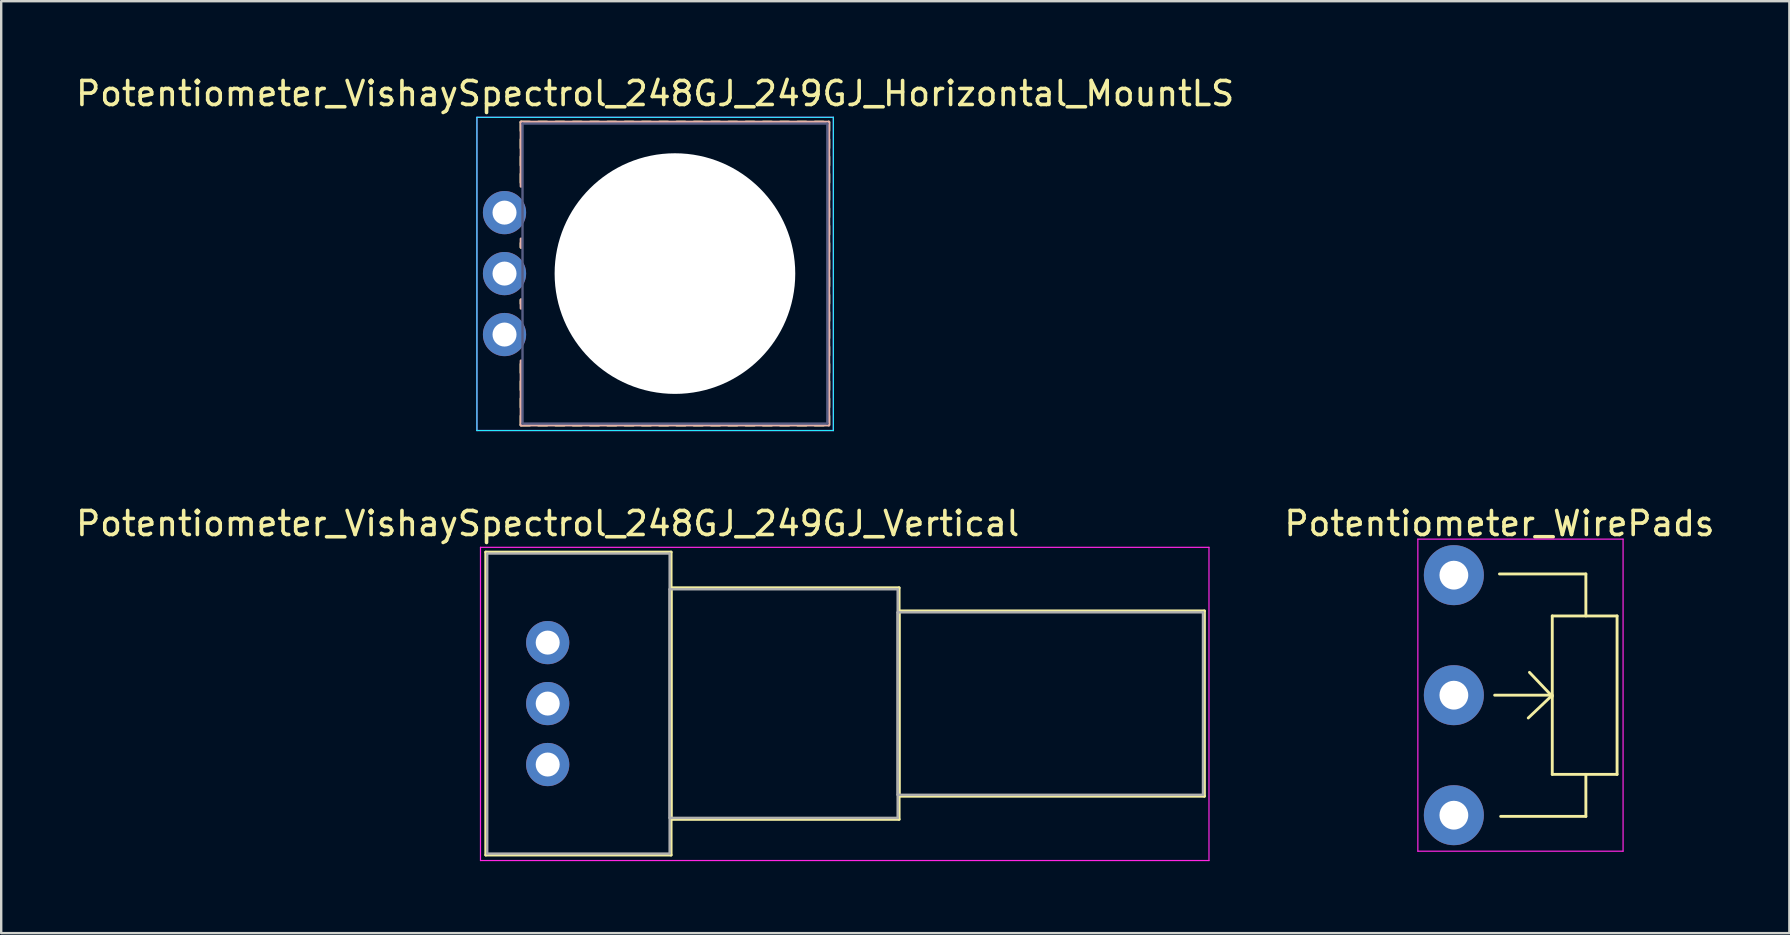
<source format=kicad_pcb>
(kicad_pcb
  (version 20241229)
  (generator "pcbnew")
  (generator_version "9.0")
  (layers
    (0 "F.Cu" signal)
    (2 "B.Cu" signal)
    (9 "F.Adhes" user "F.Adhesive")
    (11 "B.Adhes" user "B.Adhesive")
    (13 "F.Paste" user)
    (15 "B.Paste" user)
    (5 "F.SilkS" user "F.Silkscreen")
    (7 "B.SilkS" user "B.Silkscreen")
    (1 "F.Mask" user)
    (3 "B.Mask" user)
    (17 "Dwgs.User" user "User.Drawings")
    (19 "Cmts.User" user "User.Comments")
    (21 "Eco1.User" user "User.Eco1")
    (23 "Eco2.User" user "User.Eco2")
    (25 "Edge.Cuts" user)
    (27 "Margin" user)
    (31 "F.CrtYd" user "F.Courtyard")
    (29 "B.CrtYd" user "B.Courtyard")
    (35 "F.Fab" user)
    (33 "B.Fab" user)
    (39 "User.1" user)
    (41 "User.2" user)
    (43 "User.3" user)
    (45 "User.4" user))
  (footprint "Potentiometer_WirePads"
    (layer "F.Cu")
    (at 57.52 20.912)
    (property "Reference" "Potentiometer_WirePads" (at 1.9 -2.15 0) (layer "F.SilkS") (effects (font (size 1 1) (thickness 0.15))))
    (attr through_hole)
    (fp_line (start 4.05 5) (end 1.7 5) (stroke (width 0.12) (type solid)) (layer "F.SilkS"))
    (fp_line (start 4.1 1.7) (end 6.8 1.7) (stroke (width 0.12) (type solid)) (layer "F.SilkS"))
    (fp_line (start 4.1 5) (end 3.1 5.95) (stroke (width 0.12) (type solid)) (layer "F.SilkS"))
    (fp_line (start 4.1 5.05) (end 3.15 4.05) (stroke (width 0.12) (type solid)) (layer "F.SilkS"))
    (fp_line (start 4.1 8.3) (end 4.1 1.7) (stroke (width 0.12) (type solid)) (layer "F.SilkS"))
    (fp_line (start 5.5 -0.05) (end 1.9 -0.05) (stroke (width 0.12) (type solid)) (layer "F.SilkS"))
    (fp_line (start 5.5 1.7) (end 5.5 -0.05) (stroke (width 0.12) (type solid)) (layer "F.SilkS"))
    (fp_line (start 5.5 8.3) (end 5.5 10.05) (stroke (width 0.12) (type solid)) (layer "F.SilkS"))
    (fp_line (start 5.5 10.05) (end 1.95 10.05) (stroke (width 0.12) (type solid)) (layer "F.SilkS"))
    (fp_line (start 6.8 1.7) (end 6.8 8.3) (stroke (width 0.12) (type solid)) (layer "F.SilkS"))
    (fp_line (start 6.8 8.3) (end 4.1 8.3) (stroke (width 0.12) (type solid)) (layer "F.SilkS"))
    (fp_line (start -1.5 -1.5) (end -1.5 11.5) (stroke (width 0.05) (type solid)) (layer "F.CrtYd"))
    (fp_line (start -1.5 -1.5) (end 7.05 -1.5) (stroke (width 0.05) (type solid)) (layer "F.CrtYd"))
    (fp_line (start 7.05 11.5) (end -1.5 11.5) (stroke (width 0.05) (type solid)) (layer "F.CrtYd"))
    (fp_line (start 7.05 11.5) (end 7.05 -1.5) (stroke (width 0.05) (type solid)) (layer "F.CrtYd"))
    (pad "1" thru_hole circle (at 0 0) (size 2.5 2.5) (drill 1.2) (layers "*.Cu" "*.Mask"))
    (pad "2" thru_hole circle (at 0 5) (size 2.5 2.5) (drill 1.2) (layers "*.Cu" "*.Mask"))
    (pad "3" thru_hole circle (at 0 10) (size 2.5 2.5) (drill 1.2) (layers "*.Cu" "*.Mask")))
  (footprint "Potentiometer_VishaySpectrol_248GJ_249GJ_Vertical"
    (layer "F.Cu")
    (at 19.768 28.802)
    (property "Reference" "Potentiometer_VishaySpectrol_248GJ_249GJ_Vertical" (at 0 -10.04 0) (layer "F.SilkS") (effects (font (size 1 1) (thickness 0.15))))
    (attr through_hole)
    (fp_line (start -2.58 -8.85) (end -2.58 3.77) (stroke (width 0.12) (type solid)) (layer "F.SilkS"))
    (fp_line (start -2.58 -8.85) (end 5.141 -8.85) (stroke (width 0.12) (type solid)) (layer "F.SilkS"))
    (fp_line (start -2.58 3.77) (end 5.141 3.77) (stroke (width 0.12) (type solid)) (layer "F.SilkS"))
    (fp_line (start 5.141 -8.85) (end 5.141 3.77) (stroke (width 0.12) (type solid)) (layer "F.SilkS"))
    (fp_line (start 5.141 -7.363) (end 5.141 2.283) (stroke (width 0.12) (type solid)) (layer "F.SilkS"))
    (fp_line (start 5.141 -7.363) (end 14.64 -7.363) (stroke (width 0.12) (type solid)) (layer "F.SilkS"))
    (fp_line (start 5.141 2.283) (end 14.64 2.283) (stroke (width 0.12) (type solid)) (layer "F.SilkS"))
    (fp_line (start 14.64 -7.363) (end 14.64 2.283) (stroke (width 0.12) (type solid)) (layer "F.SilkS"))
    (fp_line (start 14.64 -6.4) (end 14.64 1.32) (stroke (width 0.12) (type solid)) (layer "F.SilkS"))
    (fp_line (start 14.64 -6.4) (end 27.36 -6.4) (stroke (width 0.12) (type solid)) (layer "F.SilkS"))
    (fp_line (start 14.64 1.32) (end 27.36 1.32) (stroke (width 0.12) (type solid)) (layer "F.SilkS"))
    (fp_line (start 27.36 -6.4) (end 27.36 1.32) (stroke (width 0.12) (type solid)) (layer "F.SilkS"))
    (fp_line (start -2.8 -9.05) (end -2.8 4) (stroke (width 0.05) (type solid)) (layer "F.CrtYd"))
    (fp_line (start -2.8 4) (end 27.55 4) (stroke (width 0.05) (type solid)) (layer "F.CrtYd"))
    (fp_line (start 27.55 -9.05) (end -2.8 -9.05) (stroke (width 0.05) (type solid)) (layer "F.CrtYd"))
    (fp_line (start 27.55 4) (end 27.55 -9.05) (stroke (width 0.05) (type solid)) (layer "F.CrtYd"))
    (fp_line (start -2.52 -8.79) (end -2.52 3.71) (stroke (width 0.1) (type solid)) (layer "F.Fab"))
    (fp_line (start -2.52 3.71) (end 5.08 3.71) (stroke (width 0.1) (type solid)) (layer "F.Fab"))
    (fp_line (start 5.08 -8.79) (end -2.52 -8.79) (stroke (width 0.1) (type solid)) (layer "F.Fab"))
    (fp_line (start 5.08 -7.303) (end 5.08 2.223) (stroke (width 0.1) (type solid)) (layer "F.Fab"))
    (fp_line (start 5.08 2.223) (end 14.58 2.223) (stroke (width 0.1) (type solid)) (layer "F.Fab"))
    (fp_line (start 5.08 3.71) (end 5.08 -8.79) (stroke (width 0.1) (type solid)) (layer "F.Fab"))
    (fp_line (start 14.58 -7.303) (end 5.08 -7.303) (stroke (width 0.1) (type solid)) (layer "F.Fab"))
    (fp_line (start 14.58 -6.34) (end 14.58 1.26) (stroke (width 0.1) (type solid)) (layer "F.Fab"))
    (fp_line (start 14.58 1.26) (end 27.3 1.26) (stroke (width 0.1) (type solid)) (layer "F.Fab"))
    (fp_line (start 14.58 2.223) (end 14.58 -7.303) (stroke (width 0.1) (type solid)) (layer "F.Fab"))
    (fp_line (start 27.3 -6.34) (end 14.58 -6.34) (stroke (width 0.1) (type solid)) (layer "F.Fab"))
    (fp_line (start 27.3 1.26) (end 27.3 -6.34) (stroke (width 0.1) (type solid)) (layer "F.Fab"))
    (pad "1" thru_hole circle (at 0 0) (size 1.8 1.8) (drill 1) (layers "*.Cu" "*.Mask"))
    (pad "2" thru_hole circle (at 0 -2.54) (size 1.8 1.8) (drill 1) (layers "*.Cu" "*.Mask"))
    (pad "3" thru_hole circle (at 0 -5.08) (size 1.8 1.8) (drill 1) (layers "*.Cu" "*.Mask")))
  (footprint "Potentiometer_VishaySpectrol_248GJ_249GJ_Horizontal_MountLS"
    (layer "F.Cu")
    (at 17.969 10.888)
    (property "Reference" "Potentiometer_VishaySpectrol_248GJ_249GJ_Horizontal_MountLS" (at 6.275 -10.04 0) (layer "F.SilkS") (effects (font (size 1 1) (thickness 0.15))))
    (attr through_hole)
    (fp_line (start 0.69 -8.85) (end 0.69 -8.49) (stroke (width 0.12) (type solid)) (layer "F.SilkS"))
    (fp_line (start 0.69 -8.85) (end 1.05 -8.85) (stroke (width 0.12) (type solid)) (layer "F.SilkS"))
    (fp_line (start 0.69 -8.13) (end 0.69 -7.77) (stroke (width 0.12) (type solid)) (layer "F.SilkS"))
    (fp_line (start 0.69 -7.41) (end 0.69 -7.051) (stroke (width 0.12) (type solid)) (layer "F.SilkS"))
    (fp_line (start 0.69 -6.69) (end 0.69 -6.33) (stroke (width 0.12) (type solid)) (layer "F.SilkS"))
    (fp_line (start 0.69 -3.81) (end 0.69 -3.635) (stroke (width 0.12) (type solid)) (layer "F.SilkS"))
    (fp_line (start 0.69 -1.445) (end 0.69 -1.29) (stroke (width 0.12) (type solid)) (layer "F.SilkS"))
    (fp_line (start 0.69 1.23) (end 0.69 1.59) (stroke (width 0.12) (type solid)) (layer "F.SilkS"))
    (fp_line (start 0.69 1.95) (end 0.69 2.31) (stroke (width 0.12) (type solid)) (layer "F.SilkS"))
    (fp_line (start 0.69 2.67) (end 0.69 3.03) (stroke (width 0.12) (type solid)) (layer "F.SilkS"))
    (fp_line (start 0.69 3.39) (end 0.69 3.75) (stroke (width 0.12) (type solid)) (layer "F.SilkS"))
    (fp_line (start 0.69 3.77) (end 1.05 3.77) (stroke (width 0.12) (type solid)) (layer "F.SilkS"))
    (fp_line (start 1.41 -8.85) (end 1.77 -8.85) (stroke (width 0.12) (type solid)) (layer "F.SilkS"))
    (fp_line (start 1.41 3.77) (end 1.77 3.77) (stroke (width 0.12) (type solid)) (layer "F.SilkS"))
    (fp_line (start 2.13 -8.85) (end 2.49 -8.85) (stroke (width 0.12) (type solid)) (layer "F.SilkS"))
    (fp_line (start 2.13 3.77) (end 2.49 3.77) (stroke (width 0.12) (type solid)) (layer "F.SilkS"))
    (fp_line (start 2.85 -8.85) (end 3.21 -8.85) (stroke (width 0.12) (type solid)) (layer "F.SilkS"))
    (fp_line (start 2.85 3.77) (end 3.21 3.77) (stroke (width 0.12) (type solid)) (layer "F.SilkS"))
    (fp_line (start 3.57 -8.85) (end 3.93 -8.85) (stroke (width 0.12) (type solid)) (layer "F.SilkS"))
    (fp_line (start 3.57 3.77) (end 3.93 3.77) (stroke (width 0.12) (type solid)) (layer "F.SilkS"))
    (fp_line (start 4.29 -8.85) (end 4.65 -8.85) (stroke (width 0.12) (type solid)) (layer "F.SilkS"))
    (fp_line (start 4.29 3.77) (end 4.65 3.77) (stroke (width 0.12) (type solid)) (layer "F.SilkS"))
    (fp_line (start 5.01 -8.85) (end 5.37 -8.85) (stroke (width 0.12) (type solid)) (layer "F.SilkS"))
    (fp_line (start 5.01 3.77) (end 5.37 3.77) (stroke (width 0.12) (type solid)) (layer "F.SilkS"))
    (fp_line (start 5.73 -8.85) (end 6.09 -8.85) (stroke (width 0.12) (type solid)) (layer "F.SilkS"))
    (fp_line (start 5.73 3.77) (end 6.09 3.77) (stroke (width 0.12) (type solid)) (layer "F.SilkS"))
    (fp_line (start 6.45 -8.85) (end 6.81 -8.85) (stroke (width 0.12) (type solid)) (layer "F.SilkS"))
    (fp_line (start 6.45 3.77) (end 6.81 3.77) (stroke (width 0.12) (type solid)) (layer "F.SilkS"))
    (fp_line (start 7.17 -8.85) (end 7.53 -8.85) (stroke (width 0.12) (type solid)) (layer "F.SilkS"))
    (fp_line (start 7.17 3.77) (end 7.53 3.77) (stroke (width 0.12) (type solid)) (layer "F.SilkS"))
    (fp_line (start 7.89 -8.85) (end 8.25 -8.85) (stroke (width 0.12) (type solid)) (layer "F.SilkS"))
    (fp_line (start 7.89 3.77) (end 8.25 3.77) (stroke (width 0.12) (type solid)) (layer "F.SilkS"))
    (fp_line (start 8.61 -8.85) (end 8.97 -8.85) (stroke (width 0.12) (type solid)) (layer "F.SilkS"))
    (fp_line (start 8.61 3.77) (end 8.97 3.77) (stroke (width 0.12) (type solid)) (layer "F.SilkS"))
    (fp_line (start 9.33 -8.85) (end 9.69 -8.85) (stroke (width 0.12) (type solid)) (layer "F.SilkS"))
    (fp_line (start 9.33 3.77) (end 9.69 3.77) (stroke (width 0.12) (type solid)) (layer "F.SilkS"))
    (fp_line (start 10.05 -8.85) (end 10.41 -8.85) (stroke (width 0.12) (type solid)) (layer "F.SilkS"))
    (fp_line (start 10.05 3.77) (end 10.41 3.77) (stroke (width 0.12) (type solid)) (layer "F.SilkS"))
    (fp_line (start 10.77 -8.85) (end 11.13 -8.85) (stroke (width 0.12) (type solid)) (layer "F.SilkS"))
    (fp_line (start 10.77 3.77) (end 11.13 3.77) (stroke (width 0.12) (type solid)) (layer "F.SilkS"))
    (fp_line (start 11.49 -8.85) (end 11.85 -8.85) (stroke (width 0.12) (type solid)) (layer "F.SilkS"))
    (fp_line (start 11.49 3.77) (end 11.85 3.77) (stroke (width 0.12) (type solid)) (layer "F.SilkS"))
    (fp_line (start 12.21 -8.85) (end 12.57 -8.85) (stroke (width 0.12) (type solid)) (layer "F.SilkS"))
    (fp_line (start 12.21 3.77) (end 12.57 3.77) (stroke (width 0.12) (type solid)) (layer "F.SilkS"))
    (fp_line (start 12.931 -8.85) (end 13.29 -8.85) (stroke (width 0.12) (type solid)) (layer "F.SilkS"))
    (fp_line (start 12.931 3.77) (end 13.29 3.77) (stroke (width 0.12) (type solid)) (layer "F.SilkS"))
    (fp_line (start 13.51 -8.85) (end 13.51 -8.49) (stroke (width 0.12) (type solid)) (layer "F.SilkS"))
    (fp_line (start 13.51 -8.13) (end 13.51 -7.77) (stroke (width 0.12) (type solid)) (layer "F.SilkS"))
    (fp_line (start 13.51 -7.41) (end 13.51 -7.051) (stroke (width 0.12) (type solid)) (layer "F.SilkS"))
    (fp_line (start 13.51 -6.69) (end 13.51 -6.33) (stroke (width 0.12) (type solid)) (layer "F.SilkS"))
    (fp_line (start 13.51 -5.971) (end 13.51 -5.611) (stroke (width 0.12) (type solid)) (layer "F.SilkS"))
    (fp_line (start 13.51 -5.251) (end 13.51 -4.89) (stroke (width 0.12) (type solid)) (layer "F.SilkS"))
    (fp_line (start 13.51 -4.53) (end 13.51 -4.17) (stroke (width 0.12) (type solid)) (layer "F.SilkS"))
    (fp_line (start 13.51 -3.81) (end 13.51 -3.45) (stroke (width 0.12) (type solid)) (layer "F.SilkS"))
    (fp_line (start 13.51 -3.09) (end 13.51 -2.73) (stroke (width 0.12) (type solid)) (layer "F.SilkS"))
    (fp_line (start 13.51 -2.37) (end 13.51 -2.01) (stroke (width 0.12) (type solid)) (layer "F.SilkS"))
    (fp_line (start 13.51 -1.65) (end 13.51 -1.29) (stroke (width 0.12) (type solid)) (layer "F.SilkS"))
    (fp_line (start 13.51 -0.93) (end 13.51 -0.57) (stroke (width 0.12) (type solid)) (layer "F.SilkS"))
    (fp_line (start 13.51 -0.21) (end 13.51 0.15) (stroke (width 0.12) (type solid)) (layer "F.SilkS"))
    (fp_line (start 13.51 0.51) (end 13.51 0.87) (stroke (width 0.12) (type solid)) (layer "F.SilkS"))
    (fp_line (start 13.51 1.23) (end 13.51 1.59) (stroke (width 0.12) (type solid)) (layer "F.SilkS"))
    (fp_line (start 13.51 1.95) (end 13.51 2.31) (stroke (width 0.12) (type solid)) (layer "F.SilkS"))
    (fp_line (start 13.51 2.67) (end 13.51 3.03) (stroke (width 0.12) (type solid)) (layer "F.SilkS"))
    (fp_line (start 13.51 3.39) (end 13.51 3.75) (stroke (width 0.12) (type solid)) (layer "F.SilkS"))
    (fp_line (start 0.69 -8.85) (end 0.69 -6.175) (stroke (width 0.12) (type solid)) (layer "B.SilkS"))
    (fp_line (start 0.69 -8.85) (end 13.51 -8.85) (stroke (width 0.12) (type solid)) (layer "B.SilkS"))
    (fp_line (start 0.69 -3.985) (end 0.69 -3.635) (stroke (width 0.12) (type solid)) (layer "B.SilkS"))
    (fp_line (start 0.69 -1.445) (end 0.69 -1.095) (stroke (width 0.12) (type solid)) (layer "B.SilkS"))
    (fp_line (start 0.69 1.095) (end 0.69 3.77) (stroke (width 0.12) (type solid)) (layer "B.SilkS"))
    (fp_line (start 0.69 3.77) (end 13.51 3.77) (stroke (width 0.12) (type solid)) (layer "B.SilkS"))
    (fp_line (start 13.51 -8.85) (end 13.51 3.77) (stroke (width 0.12) (type solid)) (layer "B.SilkS"))
    (fp_line (start -1.15 -9.05) (end -1.15 4) (stroke (width 0.05) (type solid)) (layer "B.CrtYd"))
    (fp_line (start -1.15 4) (end 13.7 4) (stroke (width 0.05) (type solid)) (layer "B.CrtYd"))
    (fp_line (start 13.7 -9.05) (end -1.15 -9.05) (stroke (width 0.05) (type solid)) (layer "B.CrtYd"))
    (fp_line (start 13.7 4) (end 13.7 -9.05) (stroke (width 0.05) (type solid)) (layer "B.CrtYd"))
    (fp_line (start -1.15 -9.05) (end -1.15 4) (stroke (width 0.05) (type solid)) (layer "F.CrtYd"))
    (fp_line (start -1.15 4) (end 13.7 4) (stroke (width 0.05) (type solid)) (layer "F.CrtYd"))
    (fp_line (start 13.7 -9.05) (end -1.15 -9.05) (stroke (width 0.05) (type solid)) (layer "F.CrtYd"))
    (fp_line (start 13.7 4) (end 13.7 -9.05) (stroke (width 0.05) (type solid)) (layer "F.CrtYd"))
    (fp_line (start 0.75 -8.79) (end 0.75 3.71) (stroke (width 0.1) (type solid)) (layer "B.Fab"))
    (fp_line (start 0.75 3.71) (end 13.45 3.71) (stroke (width 0.1) (type solid)) (layer "B.Fab"))
    (fp_line (start 13.45 -8.79) (end 0.75 -8.79) (stroke (width 0.1) (type solid)) (layer "B.Fab"))
    (fp_line (start 13.45 3.71) (end 13.45 -8.79) (stroke (width 0.1) (type solid)) (layer "B.Fab"))
    (fp_circle (center 7.1 -2.54) (end 10.9 -2.54) (stroke (width 0.1) (type solid)) (fill no) (layer "B.Fab"))
    (fp_circle (center 7.1 -2.54) (end 11.863 -2.54) (stroke (width 0.1) (type solid)) (fill no) (layer "B.Fab"))
    (pad "" np_thru_hole circle (at 7.1 -2.54) (size 10.025 10.025) (drill 10.025) (layers "*.Cu" "*.Mask"))
    (pad "1" thru_hole circle (at 0 0) (size 1.8 1.8) (drill 1) (layers "*.Cu" "*.Mask"))
    (pad "2" thru_hole circle (at 0 -2.54) (size 1.8 1.8) (drill 1) (layers "*.Cu" "*.Mask"))
    (pad "3" thru_hole circle (at 0 -5.08) (size 1.8 1.8) (drill 1) (layers "*.Cu" "*.Mask")))
  (gr_rect
    (start -3 -3)
    (end 71.498 35.827)
    (stroke (width 0.1) (type default))
    (fill no)
    (layer "Edge.Cuts")))
</source>
